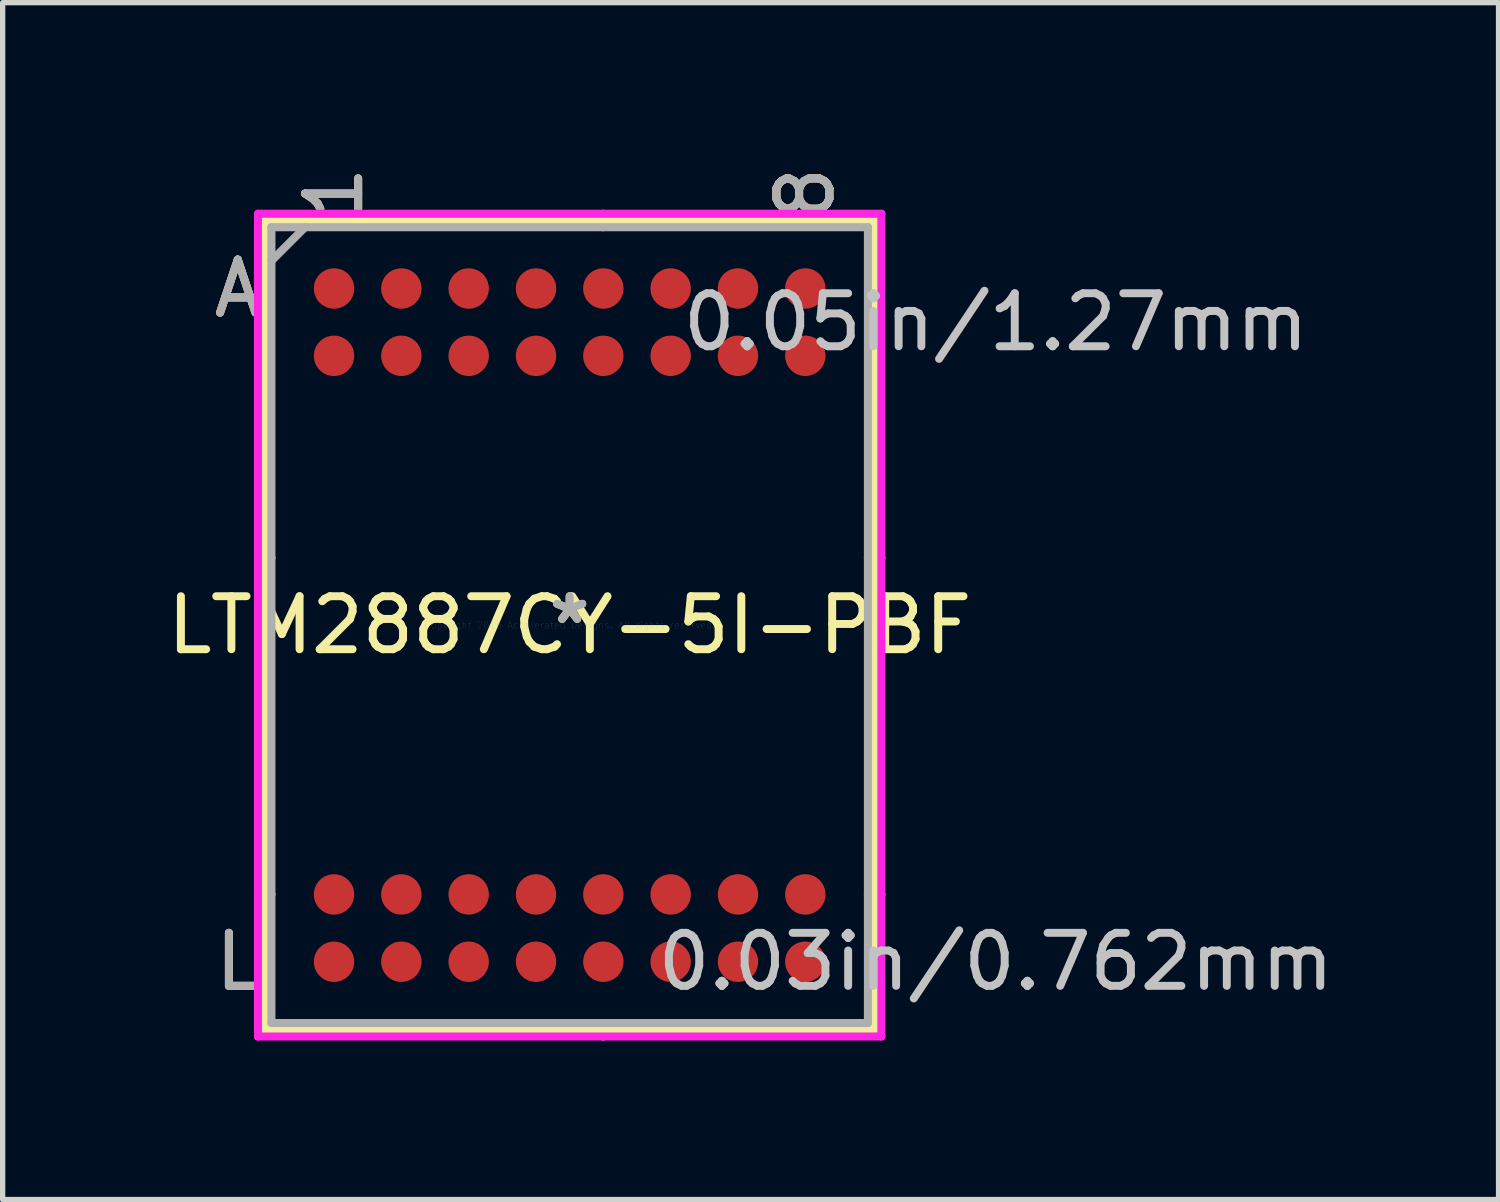
<source format=kicad_pcb>
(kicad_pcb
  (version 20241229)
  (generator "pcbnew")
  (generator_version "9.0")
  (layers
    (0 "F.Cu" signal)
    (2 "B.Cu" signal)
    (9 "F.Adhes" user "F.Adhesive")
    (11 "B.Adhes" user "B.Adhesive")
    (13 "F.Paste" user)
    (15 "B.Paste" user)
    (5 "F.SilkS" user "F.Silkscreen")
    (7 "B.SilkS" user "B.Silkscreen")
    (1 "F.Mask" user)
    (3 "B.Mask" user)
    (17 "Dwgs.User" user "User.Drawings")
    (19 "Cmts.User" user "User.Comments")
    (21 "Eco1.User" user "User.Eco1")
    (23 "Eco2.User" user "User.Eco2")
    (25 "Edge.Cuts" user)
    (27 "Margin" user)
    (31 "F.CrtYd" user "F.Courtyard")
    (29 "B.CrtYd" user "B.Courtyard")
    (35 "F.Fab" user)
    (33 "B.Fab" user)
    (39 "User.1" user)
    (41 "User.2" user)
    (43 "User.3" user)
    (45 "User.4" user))
  (footprint "LTM2887CY-5I-PBF"
    (layer "F.Cu")
    (at 7.696 8.742)
    (property "Reference" "LTM2887CY-5I-PBF" (at 0 0 0) (layer "F.SilkS") (effects (font (size 1 1) (thickness 0.15))))
    (attr through_hole)
    (fp_line (start -5.753 -7.633) (end -5.753 7.633) (stroke (width 0.152) (type solid)) (layer "F.SilkS"))
    (fp_line (start -5.753 7.633) (end 5.753 7.633) (stroke (width 0.152) (type solid)) (layer "F.SilkS"))
    (fp_line (start -5.626 -1.27) (end -5.88 -1.27) (stroke (width 0.152) (type solid)) (layer "F.SilkS"))
    (fp_line (start -5.626 5.08) (end -5.88 5.08) (stroke (width 0.152) (type solid)) (layer "F.SilkS"))
    (fp_line (start 0.635 -7.506) (end 0.635 -7.76) (stroke (width 0.152) (type solid)) (layer "F.SilkS"))
    (fp_line (start 0.635 7.506) (end 0.635 7.76) (stroke (width 0.152) (type solid)) (layer "F.SilkS"))
    (fp_line (start 5.626 -1.27) (end 5.88 -1.27) (stroke (width 0.152) (type solid)) (layer "F.SilkS"))
    (fp_line (start 5.626 5.08) (end 5.88 5.08) (stroke (width 0.152) (type solid)) (layer "F.SilkS"))
    (fp_line (start 5.753 -7.633) (end -5.753 -7.633) (stroke (width 0.152) (type solid)) (layer "F.SilkS"))
    (fp_line (start 5.753 7.633) (end 5.753 -7.633) (stroke (width 0.152) (type solid)) (layer "F.SilkS"))
    (fp_line (start -5.88 -7.76) (end 5.88 -7.76) (stroke (width 0.152) (type solid)) (layer "F.CrtYd"))
    (fp_line (start -5.88 7.76) (end -5.88 -7.76) (stroke (width 0.152) (type solid)) (layer "F.CrtYd"))
    (fp_line (start 5.88 -7.76) (end 5.88 7.76) (stroke (width 0.152) (type solid)) (layer "F.CrtYd"))
    (fp_line (start 5.88 7.76) (end -5.88 7.76) (stroke (width 0.152) (type solid)) (layer "F.CrtYd"))
    (fp_line (start -5.626 -7.506) (end -5.626 7.506) (stroke (width 0.152) (type solid)) (layer "F.Fab"))
    (fp_line (start -5.626 7.506) (end 5.626 7.506) (stroke (width 0.152) (type solid)) (layer "F.Fab"))
    (fp_line (start -4.991 -7.506) (end -5.626 -6.871) (stroke (width 0.152) (type solid)) (layer "F.Fab"))
    (fp_line (start 5.626 -7.506) (end -5.626 -7.506) (stroke (width 0.152) (type solid)) (layer "F.Fab"))
    (fp_line (start 5.626 7.506) (end 5.626 -7.506) (stroke (width 0.152) (type solid)) (layer "F.Fab"))
    (fp_text user "L" (at -6.261 6.35 0) (layer "F.SilkS") (effects (font (size 1 1) (thickness 0.15))))
    (fp_text user "*" (at 0 0 0) (layer "F.SilkS") (effects (font (size 1 1) (thickness 0.15))))
    (fp_text user "8" (at 4.445 -8.141 90) (layer "F.SilkS") (effects (font (size 1 1) (thickness 0.15))))
    (fp_text user "A" (at -6.261 -6.35 0) (layer "F.SilkS") (effects (font (size 1 1) (thickness 0.15))))
    (fp_text user "1" (at -4.445 -8.141 90) (layer "F.SilkS") (effects (font (size 1 1) (thickness 0.15))))
    (fp_text user "L" (at -6.261 6.35 0) (layer "B.SilkS") (effects (font (size 1 1) (thickness 0.15))))
    (fp_text user "8" (at 4.445 -8.141 90) (layer "B.SilkS") (effects (font (size 1 1) (thickness 0.15))))
    (fp_text user "A" (at -6.261 -6.35 0) (layer "B.SilkS") (effects (font (size 1 1) (thickness 0.15))))
    (fp_text user "1" (at -4.445 -8.141 90) (layer "B.SilkS") (effects (font (size 1 1) (thickness 0.15))))
    (fp_text user "0.03in/0.762mm" (at 8.039 6.35 0) (layer "Dwgs.User") (effects (font (size 1 1) (thickness 0.15))))
    (fp_text user "0.05in/1.27mm" (at 8.039 -5.715 0) (layer "Dwgs.User") (effects (font (size 1 1) (thickness 0.15))))
    (fp_text user "Copyright 2016 Accelerated Designs. All rights reserved." (at 0 0 0) (layer "Cmts.User") (effects (font (size 0.127 0.127) (thickness 0.002))))
    (fp_text user "1" (at -4.445 -8.141 90) (layer "F.Fab") (effects (font (size 1 1) (thickness 0.15))))
    (fp_text user "L" (at -6.261 6.35 0) (layer "F.Fab") (effects (font (size 1 1) (thickness 0.15))))
    (fp_text user "*" (at 0 0 0) (layer "F.Fab") (effects (font (size 1 1) (thickness 0.15))))
    (fp_text user "8" (at 4.445 -8.141 90) (layer "F.Fab") (effects (font (size 1 1) (thickness 0.15))))
    (fp_text user "A" (at -6.261 -6.35 0) (layer "F.Fab") (effects (font (size 1 1) (thickness 0.15))))
    (pad "A1" smd circle (at -4.445 -6.35) (size 0.762 0.762) (layers "F.Cu" "F.Mask" "F.Paste"))
    (pad "A2" smd circle (at -3.175 -6.35) (size 0.762 0.762) (layers "F.Cu" "F.Mask" "F.Paste"))
    (pad "A3" smd circle (at -1.905 -6.35) (size 0.762 0.762) (layers "F.Cu" "F.Mask" "F.Paste"))
    (pad "A4" smd circle (at -0.635 -6.35) (size 0.762 0.762) (layers "F.Cu" "F.Mask" "F.Paste"))
    (pad "A5" smd circle (at 0.635 -6.35) (size 0.762 0.762) (layers "F.Cu" "F.Mask" "F.Paste"))
    (pad "A6" smd circle (at 1.905 -6.35) (size 0.762 0.762) (layers "F.Cu" "F.Mask" "F.Paste"))
    (pad "A7" smd circle (at 3.175 -6.35) (size 0.762 0.762) (layers "F.Cu" "F.Mask" "F.Paste"))
    (pad "A8" smd circle (at 4.445 -6.35) (size 0.762 0.762) (layers "F.Cu" "F.Mask" "F.Paste"))
    (pad "B1" smd circle (at -4.445 -5.08) (size 0.762 0.762) (layers "F.Cu" "F.Mask" "F.Paste"))
    (pad "B2" smd circle (at -3.175 -5.08) (size 0.762 0.762) (layers "F.Cu" "F.Mask" "F.Paste"))
    (pad "B3" smd circle (at -1.905 -5.08) (size 0.762 0.762) (layers "F.Cu" "F.Mask" "F.Paste"))
    (pad "B4" smd circle (at -0.635 -5.08) (size 0.762 0.762) (layers "F.Cu" "F.Mask" "F.Paste"))
    (pad "B5" smd circle (at 0.635 -5.08) (size 0.762 0.762) (layers "F.Cu" "F.Mask" "F.Paste"))
    (pad "B6" smd circle (at 1.905 -5.08) (size 0.762 0.762) (layers "F.Cu" "F.Mask" "F.Paste"))
    (pad "B7" smd circle (at 3.175 -5.08) (size 0.762 0.762) (layers "F.Cu" "F.Mask" "F.Paste"))
    (pad "B8" smd circle (at 4.445 -5.08) (size 0.762 0.762) (layers "F.Cu" "F.Mask" "F.Paste"))
    (pad "K1" smd circle (at -4.445 5.08) (size 0.762 0.762) (layers "F.Cu" "F.Mask" "F.Paste"))
    (pad "K2" smd circle (at -3.175 5.08) (size 0.762 0.762) (layers "F.Cu" "F.Mask" "F.Paste"))
    (pad "K3" smd circle (at -1.905 5.08) (size 0.762 0.762) (layers "F.Cu" "F.Mask" "F.Paste"))
    (pad "K4" smd circle (at -0.635 5.08) (size 0.762 0.762) (layers "F.Cu" "F.Mask" "F.Paste"))
    (pad "K5" smd circle (at 0.635 5.08) (size 0.762 0.762) (layers "F.Cu" "F.Mask" "F.Paste"))
    (pad "K6" smd circle (at 1.905 5.08) (size 0.762 0.762) (layers "F.Cu" "F.Mask" "F.Paste"))
    (pad "K7" smd circle (at 3.175 5.08) (size 0.762 0.762) (layers "F.Cu" "F.Mask" "F.Paste"))
    (pad "K8" smd circle (at 4.445 5.08) (size 0.762 0.762) (layers "F.Cu" "F.Mask" "F.Paste"))
    (pad "L1" smd circle (at -4.445 6.35) (size 0.762 0.762) (layers "F.Cu" "F.Mask" "F.Paste"))
    (pad "L2" smd circle (at -3.175 6.35) (size 0.762 0.762) (layers "F.Cu" "F.Mask" "F.Paste"))
    (pad "L3" smd circle (at -1.905 6.35) (size 0.762 0.762) (layers "F.Cu" "F.Mask" "F.Paste"))
    (pad "L4" smd circle (at -0.635 6.35) (size 0.762 0.762) (layers "F.Cu" "F.Mask" "F.Paste"))
    (pad "L5" smd circle (at 0.635 6.35) (size 0.762 0.762) (layers "F.Cu" "F.Mask" "F.Paste"))
    (pad "L6" smd circle (at 1.905 6.35) (size 0.762 0.762) (layers "F.Cu" "F.Mask" "F.Paste"))
    (pad "L7" smd circle (at 3.175 6.35) (size 0.762 0.762) (layers "F.Cu" "F.Mask" "F.Paste"))
    (pad "L8" smd circle (at 4.445 6.35) (size 0.762 0.762) (layers "F.Cu" "F.Mask" "F.Paste")))
  (gr_rect
    (start -3 -3)
    (end 25.218 19.578)
    (stroke (width 0.1) (type default))
    (fill no)
    (layer "Edge.Cuts")))
</source>
